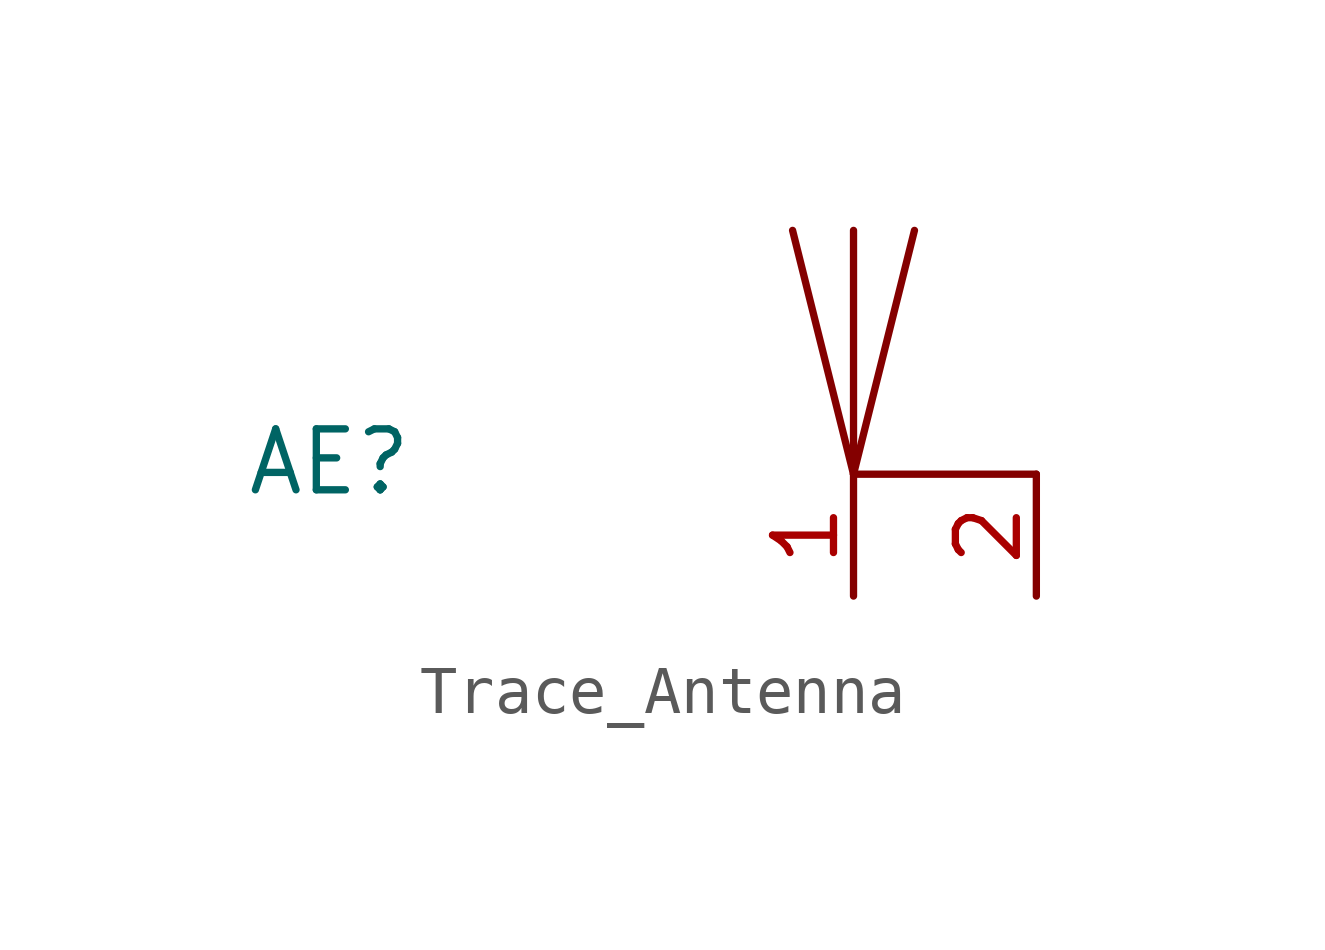
<source format=kicad_sym>
(kicad_symbol_lib
  (version 20231120)
  (generator "kicad_symbol_editor")
  (generator_version "8.0")
  (symbol "Trace_Antenna"
    (property "Reference" "AE"
      (at -10.922 0.254 0)
      (effects (font (size 1.27 1.27))))
    (property "Value" ""
      (at 0 0 0)
      (effects (font (size 1.27 1.27))))
    (symbol "Trace_Antenna_0_1"
      (polyline (pts (xy 0 0) (xy -1.27 5.08)) (stroke (width 0) (type default)) (fill (type none)))
      (polyline (pts (xy 0 0) (xy 0 5.08)) (stroke (width 0) (type default)) (fill (type none)))
      (polyline (pts (xy 0 0) (xy 1.27 5.08)) (stroke (width 0) (type default)) (fill (type none)))
      (polyline (pts (xy 3.81 0) (xy 0 0)) (stroke (width 0) (type default)) (fill (type none))))
    (symbol "Trace_Antenna_1_1"
      (pin input line (at 0 -2.54 90) (length 2.54) (name "" (effects (font (size 1.27 1.27)))) (number "1" (effects (font (size 1.27 1.27)))))
      (pin power_in line (at 3.81 -2.54 90) (length 2.54) (name "" (effects (font (size 1.27 1.27)))) (number "2" (effects (font (size 1.27 1.27))))))))
</source>
